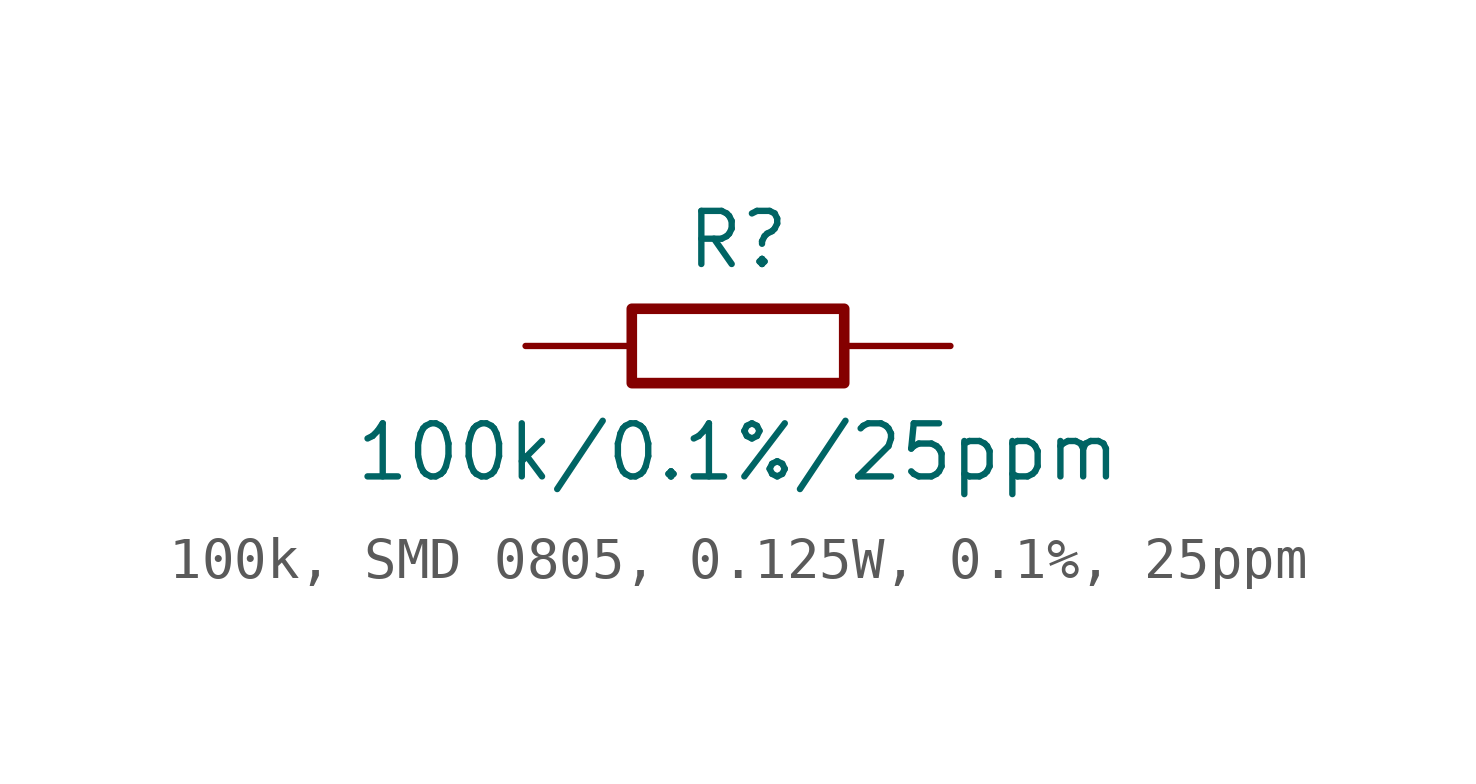
<source format=kicad_sym>
(kicad_symbol_lib
  (version 20241209)
  (generator "kicad_symbol_editor")
  (generator_version "9.0")
  (symbol "100k, SMD 0805, 0.125W, 0.1%, 25ppm"
    (pin_numbers
      (hide yes))
    (pin_names
      (offset 0)
      (hide yes))
    (property "Reference" "R"
      (at 0 2.54 0)
      (effects (font (size 1.27 1.27))))
    (property "Value" "100k/0.1%/25ppm"
      (at 0 -2.54 0)
      (effects (font (size 1.27 1.27))))
    (symbol "100k, SMD 0805, 0.125W, 0.1%, 25ppm_0_1"
      (rectangle (start -2.54 0.889) (end 2.54 -0.889) (stroke (width 0.254) (type default)) (fill (type none))))
    (symbol "100k, SMD 0805, 0.125W, 0.1%, 25ppm_1_1"
      (pin passive line (at -5.08 0 0) (length 2.54) (name "1" (effects (font (size 1.27 1.27)))) (number "1" (effects (font (size 1.27 1.27)))))
      (pin passive line (at 5.08 0 180) (length 2.54) (name "2" (effects (font (size 1.27 1.27)))) (number "2" (effects (font (size 1.27 1.27))))))))
</source>
